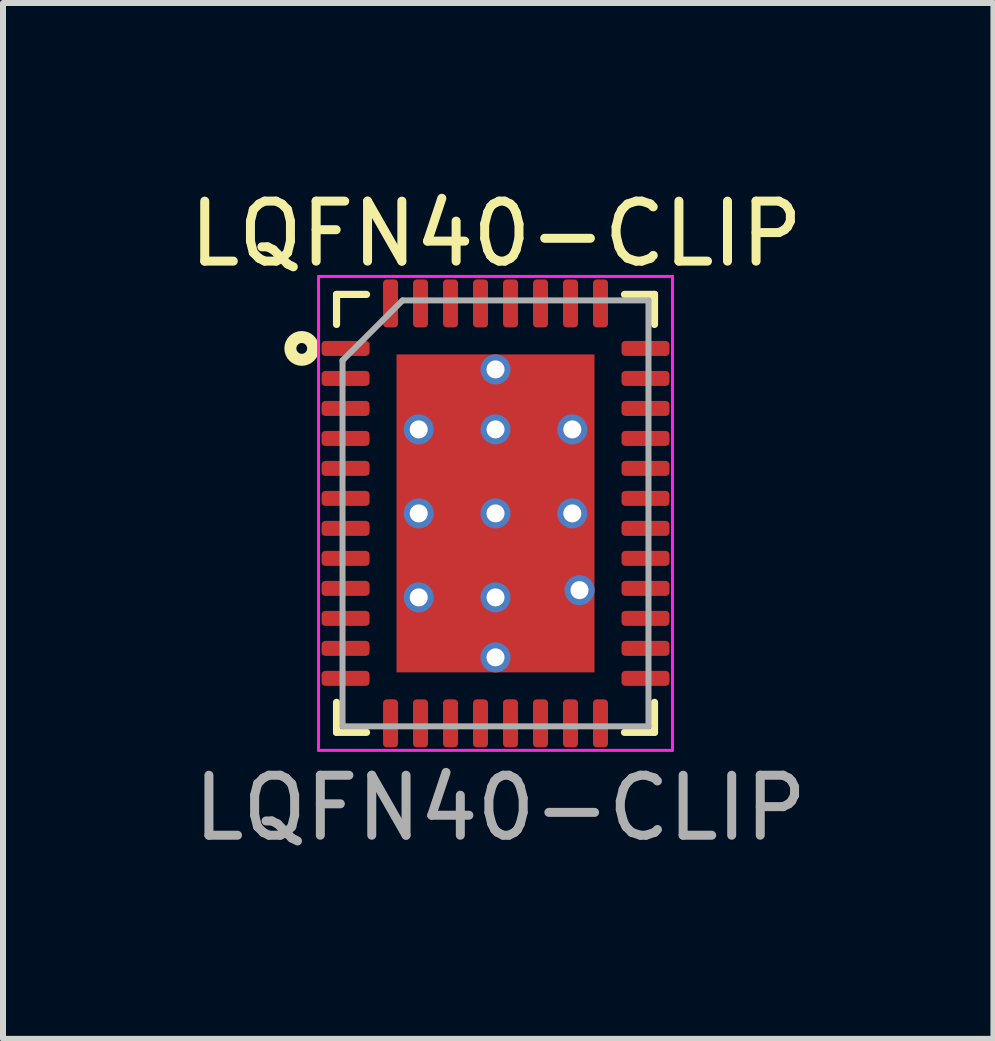
<source format=kicad_pcb>
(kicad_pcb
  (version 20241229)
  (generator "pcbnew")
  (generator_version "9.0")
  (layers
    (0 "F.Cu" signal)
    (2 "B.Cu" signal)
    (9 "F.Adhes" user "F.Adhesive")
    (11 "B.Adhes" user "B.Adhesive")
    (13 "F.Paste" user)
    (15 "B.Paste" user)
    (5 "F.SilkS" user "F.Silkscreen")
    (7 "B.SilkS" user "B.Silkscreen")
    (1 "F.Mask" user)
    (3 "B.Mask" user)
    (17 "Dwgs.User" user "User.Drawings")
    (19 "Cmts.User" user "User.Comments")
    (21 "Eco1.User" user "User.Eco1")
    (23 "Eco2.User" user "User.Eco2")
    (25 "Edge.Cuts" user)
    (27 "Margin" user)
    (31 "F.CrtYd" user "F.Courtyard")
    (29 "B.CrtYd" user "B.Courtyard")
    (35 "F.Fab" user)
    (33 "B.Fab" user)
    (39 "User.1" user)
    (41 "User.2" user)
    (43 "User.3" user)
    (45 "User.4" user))
  (footprint "LQFN40-CLIP"
    (layer "F.Cu")
    (at 5.21 5.508)
    (property "Reference" "LQFN40-CLIP" (at 0.01 -4.66 0) (layer "F.SilkS") (effects (font (size 1 1) (thickness 0.15))))
    (attr smd)
    (fp_line (start -2.65 -3.65) (end -2.65 -3.15) (stroke (width 0.12) (type solid)) (layer "F.SilkS"))
    (fp_line (start -2.65 3.65) (end -2.65 3.15) (stroke (width 0.12) (type solid)) (layer "F.SilkS"))
    (fp_line (start -2.15 -3.65) (end -2.65 -3.65) (stroke (width 0.12) (type solid)) (layer "F.SilkS"))
    (fp_line (start -2.15 3.65) (end -2.65 3.65) (stroke (width 0.12) (type solid)) (layer "F.SilkS"))
    (fp_line (start 2.15 -3.65) (end 2.65 -3.65) (stroke (width 0.12) (type solid)) (layer "F.SilkS"))
    (fp_line (start 2.15 3.65) (end 2.65 3.65) (stroke (width 0.12) (type solid)) (layer "F.SilkS"))
    (fp_line (start 2.65 -3.65) (end 2.65 -3.15) (stroke (width 0.12) (type solid)) (layer "F.SilkS"))
    (fp_line (start 2.65 3.65) (end 2.65 3.15) (stroke (width 0.12) (type solid)) (layer "F.SilkS"))
    (fp_circle (center -3.23 -2.75) (end -3.14 -2.75) (stroke (width 0.2) (type default)) (fill no) (layer "F.SilkS"))
    (fp_line (start -2.95 -3.95) (end -2.95 3.95) (stroke (width 0.05) (type solid)) (layer "F.CrtYd"))
    (fp_line (start -2.95 3.95) (end 2.95 3.95) (stroke (width 0.05) (type solid)) (layer "F.CrtYd"))
    (fp_line (start 2.95 -3.95) (end -2.95 -3.95) (stroke (width 0.05) (type solid)) (layer "F.CrtYd"))
    (fp_line (start 2.95 3.95) (end 2.95 -3.95) (stroke (width 0.05) (type solid)) (layer "F.CrtYd"))
    (fp_line (start -2.55 -2.55) (end -1.55 -3.55) (stroke (width 0.1) (type solid)) (layer "F.Fab"))
    (fp_line (start -2.55 3.55) (end -2.55 -2.55) (stroke (width 0.1) (type solid)) (layer "F.Fab"))
    (fp_line (start -1.55 -3.55) (end 2.55 -3.55) (stroke (width 0.1) (type solid)) (layer "F.Fab"))
    (fp_line (start 2.55 -3.55) (end 2.55 3.55) (stroke (width 0.1) (type solid)) (layer "F.Fab"))
    (fp_line (start 2.55 3.55) (end -2.55 3.55) (stroke (width 0.1) (type solid)) (layer "F.Fab"))
    (fp_text user "${REFERENCE}" (at 0.08 4.91 0) (layer "F.Fab") (effects (font (size 1 1) (thickness 0.15))))
    (pad "" smd roundrect (at -0.9 -2.1) (size 1.3 0.9) (layers "F.Paste") (roundrect_rratio 0.245))
    (pad "" smd roundrect (at -0.9 2.1) (size 1.3 0.9) (layers "F.Paste") (roundrect_rratio 0.245))
    (pad "" smd roundrect (at -0.85 -0.7) (size 1.4 0.95) (layers "F.Paste") (roundrect_rratio 0.245))
    (pad "" smd roundrect (at -0.85 0.7) (size 1.4 0.95) (layers "F.Paste") (roundrect_rratio 0.245))
    (pad "" smd roundrect (at 0.85 -0.7) (size 1.4 0.95) (layers "F.Paste") (roundrect_rratio 0.245))
    (pad "" smd roundrect (at 0.85 0.7) (size 1.4 0.95) (layers "F.Paste") (roundrect_rratio 0.245))
    (pad "" smd roundrect (at 0.9 -2.1) (size 1.3 0.9) (layers "F.Paste") (roundrect_rratio 0.245))
    (pad "" smd roundrect (at 0.9 2.1) (size 1.3 0.9) (layers "F.Paste") (roundrect_rratio 0.245))
    (pad "1" smd roundrect (at -2.5 -2.75) (size 0.8 0.25) (layers "F.Cu" "F.Mask" "F.Paste") (roundrect_rratio 0.25))
    (pad "2" smd roundrect (at -2.5 -2.25) (size 0.8 0.25) (layers "F.Cu" "F.Mask" "F.Paste") (roundrect_rratio 0.25))
    (pad "3" smd roundrect (at -2.5 -1.75) (size 0.8 0.25) (layers "F.Cu" "F.Mask" "F.Paste") (roundrect_rratio 0.25))
    (pad "4" smd roundrect (at -2.5 -1.25) (size 0.8 0.25) (layers "F.Cu" "F.Mask" "F.Paste") (roundrect_rratio 0.25))
    (pad "5" smd roundrect (at -2.5 -0.75) (size 0.8 0.25) (layers "F.Cu" "F.Mask" "F.Paste") (roundrect_rratio 0.25))
    (pad "6" smd roundrect (at -2.5 -0.25) (size 0.8 0.25) (layers "F.Cu" "F.Mask" "F.Paste") (roundrect_rratio 0.25))
    (pad "7" smd roundrect (at -2.5 0.25) (size 0.8 0.25) (layers "F.Cu" "F.Mask" "F.Paste") (roundrect_rratio 0.25))
    (pad "8" smd roundrect (at -2.5 0.75) (size 0.8 0.25) (layers "F.Cu" "F.Mask" "F.Paste") (roundrect_rratio 0.25))
    (pad "9" smd roundrect (at -2.5 1.25) (size 0.8 0.25) (layers "F.Cu" "F.Mask" "F.Paste") (roundrect_rratio 0.25))
    (pad "10" smd roundrect (at -2.5 1.75) (size 0.8 0.25) (layers "F.Cu" "F.Mask" "F.Paste") (roundrect_rratio 0.25))
    (pad "11" smd roundrect (at -2.5 2.25) (size 0.8 0.25) (layers "F.Cu" "F.Mask" "F.Paste") (roundrect_rratio 0.25))
    (pad "12" smd roundrect (at -2.5 2.75) (size 0.8 0.25) (layers "F.Cu" "F.Mask" "F.Paste") (roundrect_rratio 0.25))
    (pad "13" smd roundrect (at -1.75 3.5) (size 0.25 0.8) (layers "F.Cu" "F.Mask" "F.Paste") (roundrect_rratio 0.25))
    (pad "14" smd roundrect (at -1.25 3.5) (size 0.25 0.8) (layers "F.Cu" "F.Mask" "F.Paste") (roundrect_rratio 0.25))
    (pad "15" smd roundrect (at -0.75 3.5) (size 0.25 0.8) (layers "F.Cu" "F.Mask" "F.Paste") (roundrect_rratio 0.25))
    (pad "16" smd roundrect (at -0.25 3.5) (size 0.25 0.8) (layers "F.Cu" "F.Mask" "F.Paste") (roundrect_rratio 0.25))
    (pad "17" smd roundrect (at 0.25 3.5) (size 0.25 0.8) (layers "F.Cu" "F.Mask" "F.Paste") (roundrect_rratio 0.25))
    (pad "18" smd roundrect (at 0.75 3.5) (size 0.25 0.8) (layers "F.Cu" "F.Mask" "F.Paste") (roundrect_rratio 0.25))
    (pad "19" smd roundrect (at 1.25 3.5) (size 0.25 0.8) (layers "F.Cu" "F.Mask" "F.Paste") (roundrect_rratio 0.25))
    (pad "20" smd roundrect (at 1.75 3.5) (size 0.25 0.8) (layers "F.Cu" "F.Mask" "F.Paste") (roundrect_rratio 0.25))
    (pad "21" smd roundrect (at 2.5 2.75) (size 0.8 0.25) (layers "F.Cu" "F.Mask" "F.Paste") (roundrect_rratio 0.25))
    (pad "22" smd roundrect (at 2.5 2.25) (size 0.8 0.25) (layers "F.Cu" "F.Mask" "F.Paste") (roundrect_rratio 0.25))
    (pad "23" smd roundrect (at 2.5 1.75) (size 0.8 0.25) (layers "F.Cu" "F.Mask" "F.Paste") (roundrect_rratio 0.25))
    (pad "24" smd roundrect (at 2.5 1.25) (size 0.8 0.25) (layers "F.Cu" "F.Mask" "F.Paste") (roundrect_rratio 0.25))
    (pad "25" smd roundrect (at 2.5 0.75) (size 0.8 0.25) (layers "F.Cu" "F.Mask" "F.Paste") (roundrect_rratio 0.25))
    (pad "26" smd roundrect (at 2.5 0.25) (size 0.8 0.25) (layers "F.Cu" "F.Mask" "F.Paste") (roundrect_rratio 0.25))
    (pad "27" smd roundrect (at 2.5 -0.25) (size 0.8 0.25) (layers "F.Cu" "F.Mask" "F.Paste") (roundrect_rratio 0.25))
    (pad "28" smd roundrect (at 2.5 -0.75) (size 0.8 0.25) (layers "F.Cu" "F.Mask" "F.Paste") (roundrect_rratio 0.25))
    (pad "29" smd roundrect (at 2.5 -1.25) (size 0.8 0.25) (layers "F.Cu" "F.Mask" "F.Paste") (roundrect_rratio 0.25))
    (pad "30" smd roundrect (at 2.5 -1.75) (size 0.8 0.25) (layers "F.Cu" "F.Mask" "F.Paste") (roundrect_rratio 0.25))
    (pad "31" smd roundrect (at 2.5 -2.25) (size 0.8 0.25) (layers "F.Cu" "F.Mask" "F.Paste") (roundrect_rratio 0.25))
    (pad "32" smd roundrect (at 2.5 -2.75) (size 0.8 0.25) (layers "F.Cu" "F.Mask" "F.Paste") (roundrect_rratio 0.25))
    (pad "33" smd roundrect (at 1.75 -3.5) (size 0.25 0.8) (layers "F.Cu" "F.Mask" "F.Paste") (roundrect_rratio 0.25))
    (pad "34" smd roundrect (at 1.25 -3.5) (size 0.25 0.8) (layers "F.Cu" "F.Mask" "F.Paste") (roundrect_rratio 0.25))
    (pad "35" smd roundrect (at 0.75 -3.5) (size 0.25 0.8) (layers "F.Cu" "F.Mask" "F.Paste") (roundrect_rratio 0.25))
    (pad "36" smd roundrect (at 0.25 -3.5) (size 0.25 0.8) (layers "F.Cu" "F.Mask" "F.Paste") (roundrect_rratio 0.25))
    (pad "37" smd roundrect (at -0.25 -3.5) (size 0.25 0.8) (layers "F.Cu" "F.Mask" "F.Paste") (roundrect_rratio 0.25))
    (pad "38" smd roundrect (at -0.75 -3.5) (size 0.25 0.8) (layers "F.Cu" "F.Mask" "F.Paste") (roundrect_rratio 0.25))
    (pad "39" smd roundrect (at -1.25 -3.5) (size 0.25 0.8) (layers "F.Cu" "F.Mask" "F.Paste") (roundrect_rratio 0.25))
    (pad "40" smd roundrect (at -1.75 -3.5) (size 0.25 0.8) (layers "F.Cu" "F.Mask" "F.Paste") (roundrect_rratio 0.25))
    (pad "41" thru_hole circle (at -1.28 -1.4) (size 0.5 0.5) (drill 0.3) (layers "*.Cu" "*.Mask"))
    (pad "41" thru_hole circle (at -1.28 0) (size 0.5 0.5) (drill 0.3) (layers "*.Cu" "*.Mask"))
    (pad "41" thru_hole circle (at -1.28 1.4) (size 0.5 0.5) (drill 0.3) (layers "*.Cu" "*.Mask"))
    (pad "41" thru_hole circle (at 0 -2.4) (size 0.5 0.5) (drill 0.3) (layers "*.Cu" "*.Mask"))
    (pad "41" thru_hole circle (at 0 -1.4) (size 0.5 0.5) (drill 0.3) (layers "*.Cu" "*.Mask"))
    (pad "41" thru_hole circle (at 0 0) (size 0.5 0.5) (drill 0.3) (layers "*.Cu" "*.Mask"))
    (pad "41" smd rect (at 0 0) (size 3.3 5.3) (layers "F.Cu" "F.Mask"))
    (pad "41" thru_hole circle (at 0 1.4) (size 0.5 0.5) (drill 0.3) (layers "*.Cu" "*.Mask"))
    (pad "41" thru_hole circle (at 0 2.4) (size 0.5 0.5) (drill 0.3) (layers "*.Cu" "*.Mask"))
    (pad "41" thru_hole circle (at 1.28 -1.4) (size 0.5 0.5) (drill 0.3) (layers "*.Cu" "*.Mask"))
    (pad "41" thru_hole circle (at 1.28 0) (size 0.5 0.5) (drill 0.3) (layers "*.Cu" "*.Mask"))
    (pad "41" thru_hole circle (at 1.4 1.28) (size 0.5 0.5) (drill 0.3) (layers "*.Cu" "*.Mask")))
  (gr_rect
    (start -3 -3)
    (end 13.51 14.267)
    (stroke (width 0.1) (type default))
    (fill no)
    (layer "Edge.Cuts")))
</source>
